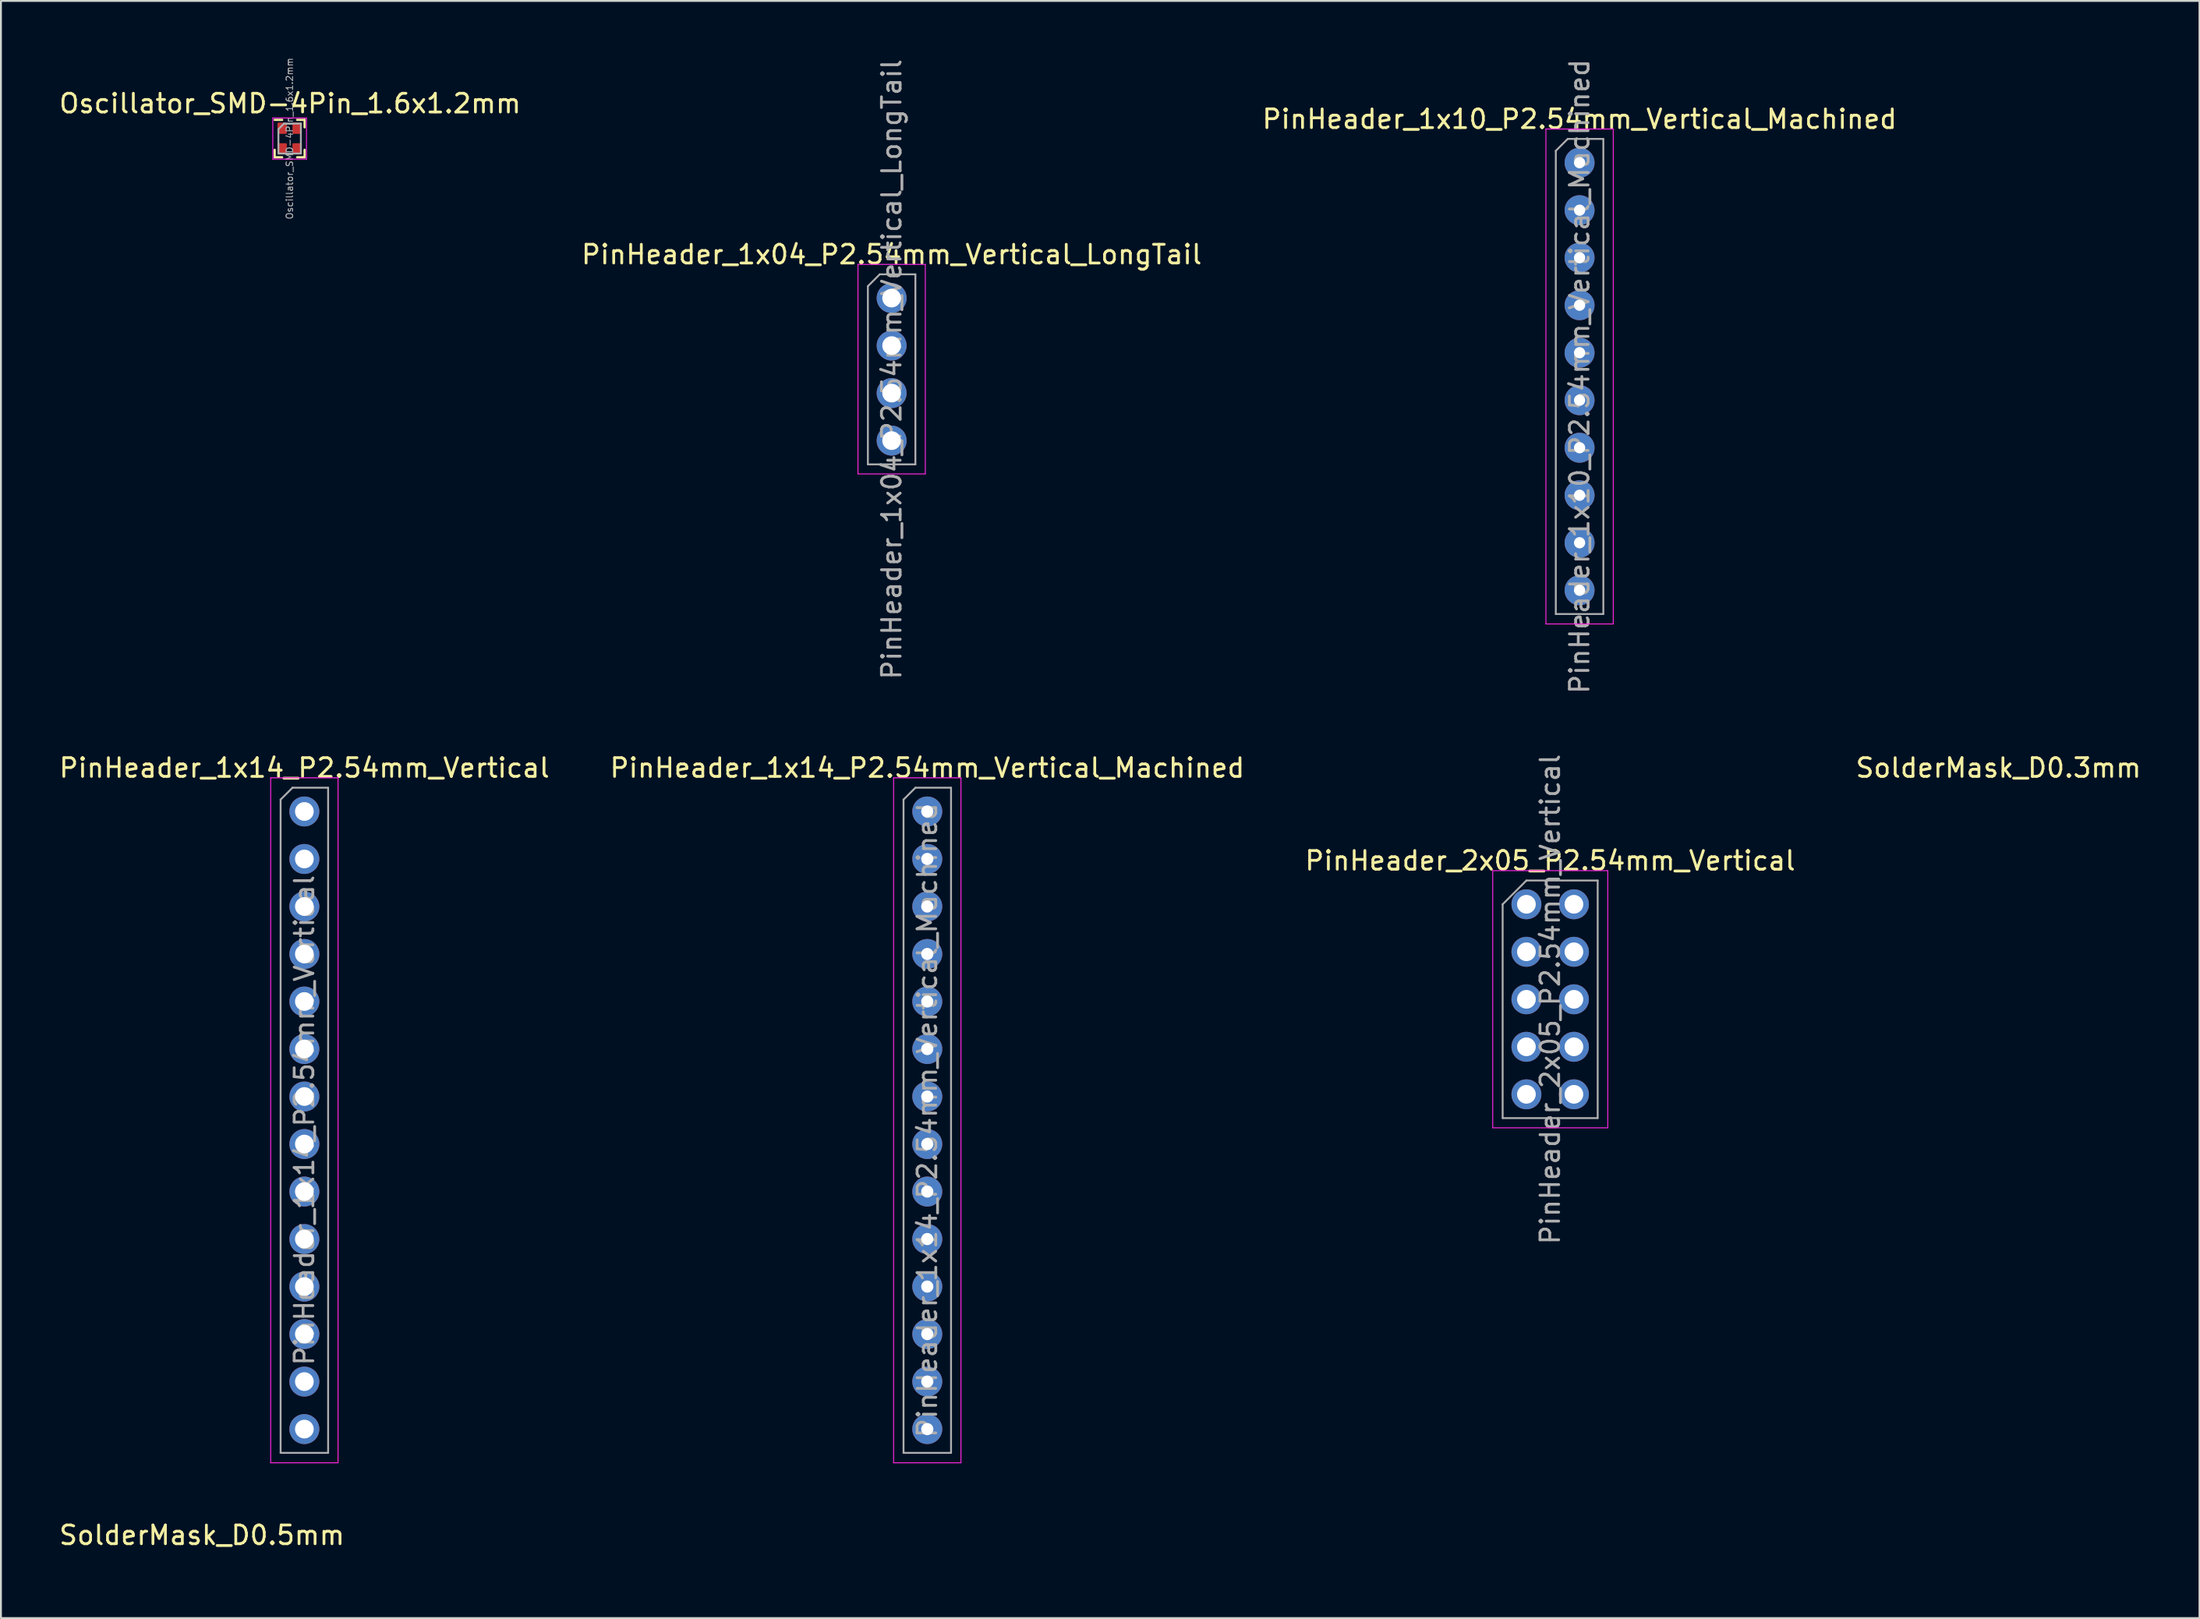
<source format=kicad_pcb>
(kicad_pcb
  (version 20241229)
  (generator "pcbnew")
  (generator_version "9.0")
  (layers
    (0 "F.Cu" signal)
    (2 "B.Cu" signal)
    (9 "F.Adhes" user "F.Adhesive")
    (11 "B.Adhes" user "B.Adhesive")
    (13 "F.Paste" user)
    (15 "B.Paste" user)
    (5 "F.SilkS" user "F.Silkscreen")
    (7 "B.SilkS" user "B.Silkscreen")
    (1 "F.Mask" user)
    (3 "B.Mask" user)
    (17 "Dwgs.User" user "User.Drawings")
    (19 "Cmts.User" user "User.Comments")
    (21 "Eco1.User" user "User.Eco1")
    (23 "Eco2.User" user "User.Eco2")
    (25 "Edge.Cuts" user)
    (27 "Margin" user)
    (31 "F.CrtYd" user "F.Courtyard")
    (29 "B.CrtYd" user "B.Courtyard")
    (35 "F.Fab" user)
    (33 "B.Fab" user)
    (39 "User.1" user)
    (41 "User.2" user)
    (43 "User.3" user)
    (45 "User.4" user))
  (footprint "SolderMask_D0.5mm"
    (layer "F.Cu")
    (at 7.754 80.206)
    (property "Reference" "SolderMask_D0.5mm" (at -0.01 -1.18 0) (layer "F.SilkS") (effects (font (size 1 1) (thickness 0.15))))
    (attr exclude_from_pos_files exclude_from_bom)
    (pad "" smd circle (at 0 0) (size 0.5 0.5) (layers "F.Mask")))
  (footprint "PinHeader_1x04_P2.54mm_Vertical_LongTail"
    (layer "F.Cu")
    (at 44.613 12.886)
    (property "Reference" "PinHeader_1x04_P2.54mm_Vertical_LongTail" (at 0 -2.33 0) (layer "F.SilkS") (effects (font (size 1 1) (thickness 0.15))))
    (attr through_hole)
    (fp_line (start -1.8 -1.8) (end -1.8 9.4) (stroke (width 0.05) (type solid)) (layer "F.CrtYd"))
    (fp_line (start -1.8 9.4) (end 1.8 9.4) (stroke (width 0.05) (type solid)) (layer "F.CrtYd"))
    (fp_line (start 1.8 -1.8) (end -1.8 -1.8) (stroke (width 0.05) (type solid)) (layer "F.CrtYd"))
    (fp_line (start 1.8 9.4) (end 1.8 -1.8) (stroke (width 0.05) (type solid)) (layer "F.CrtYd"))
    (fp_line (start -1.27 -0.635) (end -0.635 -1.27) (stroke (width 0.1) (type solid)) (layer "F.Fab"))
    (fp_line (start -1.27 8.89) (end -1.27 -0.635) (stroke (width 0.1) (type solid)) (layer "F.Fab"))
    (fp_line (start -0.635 -1.27) (end 1.27 -1.27) (stroke (width 0.1) (type solid)) (layer "F.Fab"))
    (fp_line (start 1.27 -1.27) (end 1.27 8.89) (stroke (width 0.1) (type solid)) (layer "F.Fab"))
    (fp_line (start 1.27 8.89) (end -1.27 8.89) (stroke (width 0.1) (type solid)) (layer "F.Fab"))
    (fp_text user "${REFERENCE}" (at 0 3.81 90) (layer "F.Fab") (effects (font (size 1 1) (thickness 0.15))))
    (pad "1" thru_hole circle (at 0 0) (size 1.6 1.6) (drill 1) (layers "*.Cu" "*.Mask"))
    (pad "2" thru_hole circle (at 0 2.54) (size 1.6 1.6) (drill 1) (layers "*.Cu" "*.Mask"))
    (pad "3" thru_hole circle (at 0 5.08) (size 1.6 1.6) (drill 1) (layers "*.Cu" "*.Mask"))
    (pad "4" thru_hole circle (at 0 7.62) (size 1.6 1.6) (drill 1) (layers "*.Cu" "*.Mask")))
  (footprint "PinHeader_1x14_P2.54mm_Vertical"
    (layer "F.Cu")
    (at 13.22 40.333)
    (property "Reference" "PinHeader_1x14_P2.54mm_Vertical" (at 0 -2.33 0) (layer "F.SilkS") (effects (font (size 1 1) (thickness 0.15))))
    (attr through_hole)
    (fp_line (start -1.8 -1.8) (end -1.8 34.82) (stroke (width 0.05) (type solid)) (layer "F.CrtYd"))
    (fp_line (start -1.8 34.82) (end 1.8 34.82) (stroke (width 0.05) (type solid)) (layer "F.CrtYd"))
    (fp_line (start 1.8 -1.8) (end -1.8 -1.8) (stroke (width 0.05) (type solid)) (layer "F.CrtYd"))
    (fp_line (start 1.8 34.82) (end 1.8 -1.8) (stroke (width 0.05) (type solid)) (layer "F.CrtYd"))
    (fp_line (start -1.27 -0.635) (end -0.635 -1.27) (stroke (width 0.1) (type solid)) (layer "F.Fab"))
    (fp_line (start -1.27 34.29) (end -1.27 -0.635) (stroke (width 0.1) (type solid)) (layer "F.Fab"))
    (fp_line (start -0.635 -1.27) (end 1.27 -1.27) (stroke (width 0.1) (type solid)) (layer "F.Fab"))
    (fp_line (start 1.27 -1.27) (end 1.27 34.29) (stroke (width 0.1) (type solid)) (layer "F.Fab"))
    (fp_line (start 1.27 34.29) (end -1.27 34.29) (stroke (width 0.1) (type solid)) (layer "F.Fab"))
    (fp_text user "${REFERENCE}" (at 0 16.51 90) (layer "F.Fab") (effects (font (size 1 1) (thickness 0.15))))
    (pad "1" thru_hole circle (at 0 0) (size 1.6 1.6) (drill 1) (layers "*.Cu" "*.Mask"))
    (pad "2" thru_hole circle (at 0 2.54) (size 1.6 1.6) (drill 1) (layers "*.Cu" "*.Mask"))
    (pad "3" thru_hole circle (at 0 5.08) (size 1.6 1.6) (drill 1) (layers "*.Cu" "*.Mask"))
    (pad "4" thru_hole circle (at 0 7.62) (size 1.6 1.6) (drill 1) (layers "*.Cu" "*.Mask"))
    (pad "5" thru_hole circle (at 0 10.16) (size 1.6 1.6) (drill 1) (layers "*.Cu" "*.Mask"))
    (pad "6" thru_hole circle (at 0 12.7) (size 1.6 1.6) (drill 1) (layers "*.Cu" "*.Mask"))
    (pad "7" thru_hole circle (at 0 15.24) (size 1.6 1.6) (drill 1) (layers "*.Cu" "*.Mask"))
    (pad "8" thru_hole circle (at 0 17.78) (size 1.6 1.6) (drill 1) (layers "*.Cu" "*.Mask"))
    (pad "9" thru_hole circle (at 0 20.32) (size 1.6 1.6) (drill 1) (layers "*.Cu" "*.Mask"))
    (pad "10" thru_hole circle (at 0 22.86) (size 1.6 1.6) (drill 1) (layers "*.Cu" "*.Mask"))
    (pad "11" thru_hole circle (at 0 25.4) (size 1.6 1.6) (drill 1) (layers "*.Cu" "*.Mask"))
    (pad "12" thru_hole circle (at 0 27.94) (size 1.6 1.6) (drill 1) (layers "*.Cu" "*.Mask"))
    (pad "13" thru_hole circle (at 0 30.48) (size 1.6 1.6) (drill 1) (layers "*.Cu" "*.Mask"))
    (pad "14" thru_hole circle (at 0 33.02) (size 1.6 1.6) (drill 1) (layers "*.Cu" "*.Mask")))
  (footprint "PinHeader_1x14_P2.54mm_Vertical_Machined"
    (layer "F.Cu")
    (at 46.518 40.333)
    (property "Reference" "PinHeader_1x14_P2.54mm_Vertical_Machined" (at 0 -2.33 0) (layer "F.SilkS") (effects (font (size 1 1) (thickness 0.15))))
    (attr through_hole)
    (fp_line (start -1.8 -1.8) (end -1.8 34.82) (stroke (width 0.05) (type solid)) (layer "F.CrtYd"))
    (fp_line (start -1.8 34.82) (end 1.8 34.82) (stroke (width 0.05) (type solid)) (layer "F.CrtYd"))
    (fp_line (start 1.8 -1.8) (end -1.8 -1.8) (stroke (width 0.05) (type solid)) (layer "F.CrtYd"))
    (fp_line (start 1.8 34.82) (end 1.8 -1.8) (stroke (width 0.05) (type solid)) (layer "F.CrtYd"))
    (fp_line (start -1.27 -0.635) (end -0.635 -1.27) (stroke (width 0.1) (type solid)) (layer "F.Fab"))
    (fp_line (start -1.27 34.29) (end -1.27 -0.635) (stroke (width 0.1) (type solid)) (layer "F.Fab"))
    (fp_line (start -0.635 -1.27) (end 1.27 -1.27) (stroke (width 0.1) (type solid)) (layer "F.Fab"))
    (fp_line (start 1.27 -1.27) (end 1.27 34.29) (stroke (width 0.1) (type solid)) (layer "F.Fab"))
    (fp_line (start 1.27 34.29) (end -1.27 34.29) (stroke (width 0.1) (type solid)) (layer "F.Fab"))
    (fp_text user "${REFERENCE}" (at 0 16.51 90) (layer "F.Fab") (effects (font (size 1 1) (thickness 0.15))))
    (pad "1" thru_hole circle (at 0 0) (size 1.6 1.6) (drill 0.65) (layers "*.Cu" "*.Mask"))
    (pad "2" thru_hole circle (at 0 2.54) (size 1.6 1.6) (drill 0.65) (layers "*.Cu" "*.Mask"))
    (pad "3" thru_hole circle (at 0 5.08) (size 1.6 1.6) (drill 0.65) (layers "*.Cu" "*.Mask"))
    (pad "4" thru_hole circle (at 0 7.62) (size 1.6 1.6) (drill 0.65) (layers "*.Cu" "*.Mask"))
    (pad "5" thru_hole circle (at 0 10.16) (size 1.6 1.6) (drill 0.65) (layers "*.Cu" "*.Mask"))
    (pad "6" thru_hole circle (at 0 12.7) (size 1.6 1.6) (drill 0.65) (layers "*.Cu" "*.Mask"))
    (pad "7" thru_hole circle (at 0 15.24) (size 1.6 1.6) (drill 0.65) (layers "*.Cu" "*.Mask"))
    (pad "8" thru_hole circle (at 0 17.78) (size 1.6 1.6) (drill 0.65) (layers "*.Cu" "*.Mask"))
    (pad "9" thru_hole circle (at 0 20.32) (size 1.6 1.6) (drill 0.65) (layers "*.Cu" "*.Mask"))
    (pad "10" thru_hole circle (at 0 22.86) (size 1.6 1.6) (drill 0.65) (layers "*.Cu" "*.Mask"))
    (pad "11" thru_hole circle (at 0 25.4) (size 1.6 1.6) (drill 0.65) (layers "*.Cu" "*.Mask"))
    (pad "12" thru_hole circle (at 0 27.94) (size 1.6 1.6) (drill 0.65) (layers "*.Cu" "*.Mask"))
    (pad "13" thru_hole circle (at 0 30.48) (size 1.6 1.6) (drill 0.65) (layers "*.Cu" "*.Mask"))
    (pad "14" thru_hole circle (at 0 33.02) (size 1.6 1.6) (drill 0.65) (layers "*.Cu" "*.Mask")))
  (footprint "PinHeader_2x05_P2.54mm_Vertical"
    (layer "F.Cu")
    (at 78.545 45.295)
    (property "Reference" "PinHeader_2x05_P2.54mm_Vertical" (at 1.27 -2.33 0) (layer "F.SilkS") (effects (font (size 1 1) (thickness 0.15))))
    (attr through_hole)
    (fp_line (start -1.8 -1.8) (end -1.8 11.95) (stroke (width 0.05) (type solid)) (layer "F.CrtYd"))
    (fp_line (start -1.8 11.95) (end 4.35 11.95) (stroke (width 0.05) (type solid)) (layer "F.CrtYd"))
    (fp_line (start 4.35 -1.8) (end -1.8 -1.8) (stroke (width 0.05) (type solid)) (layer "F.CrtYd"))
    (fp_line (start 4.35 11.95) (end 4.35 -1.8) (stroke (width 0.05) (type solid)) (layer "F.CrtYd"))
    (fp_line (start -1.27 0) (end 0 -1.27) (stroke (width 0.1) (type solid)) (layer "F.Fab"))
    (fp_line (start -1.27 11.43) (end -1.27 0) (stroke (width 0.1) (type solid)) (layer "F.Fab"))
    (fp_line (start 0 -1.27) (end 3.81 -1.27) (stroke (width 0.1) (type solid)) (layer "F.Fab"))
    (fp_line (start 3.81 -1.27) (end 3.81 11.43) (stroke (width 0.1) (type solid)) (layer "F.Fab"))
    (fp_line (start 3.81 11.43) (end -1.27 11.43) (stroke (width 0.1) (type solid)) (layer "F.Fab"))
    (fp_text user "${REFERENCE}" (at 1.27 5.08 90) (layer "F.Fab") (effects (font (size 1 1) (thickness 0.15))))
    (pad "1" thru_hole circle (at 0 0) (size 1.6 1.6) (drill 1) (layers "*.Cu" "*.Mask"))
    (pad "2" thru_hole circle (at 2.54 0) (size 1.6 1.6) (drill 1) (layers "*.Cu" "*.Mask"))
    (pad "3" thru_hole circle (at 0 2.54) (size 1.6 1.6) (drill 1) (layers "*.Cu" "*.Mask"))
    (pad "4" thru_hole circle (at 2.54 2.54) (size 1.6 1.6) (drill 1) (layers "*.Cu" "*.Mask"))
    (pad "5" thru_hole circle (at 0 5.08) (size 1.6 1.6) (drill 1) (layers "*.Cu" "*.Mask"))
    (pad "6" thru_hole circle (at 2.54 5.08) (size 1.6 1.6) (drill 1) (layers "*.Cu" "*.Mask"))
    (pad "7" thru_hole circle (at 0 7.62) (size 1.6 1.6) (drill 1) (layers "*.Cu" "*.Mask"))
    (pad "8" thru_hole circle (at 2.54 7.62) (size 1.6 1.6) (drill 1) (layers "*.Cu" "*.Mask"))
    (pad "9" thru_hole circle (at 0 10.16) (size 1.6 1.6) (drill 1) (layers "*.Cu" "*.Mask"))
    (pad "10" thru_hole circle (at 2.54 10.16) (size 1.6 1.6) (drill 1) (layers "*.Cu" "*.Mask")))
  (footprint "SolderMask_D0.3mm"
    (layer "F.Cu")
    (at 103.79 39.183)
    (property "Reference" "SolderMask_D0.3mm" (at -0.01 -1.18 0) (layer "F.SilkS") (effects (font (size 1 1) (thickness 0.15))))
    (attr exclude_from_pos_files exclude_from_bom)
    (pad "" smd circle (at 0 0) (size 0.3 0.3) (layers "F.Mask")))
  (footprint "Oscillator_SMD-4Pin_1.6x1.2mm"
    (layer "F.Cu")
    (at 12.433 4.357)
    (property "Reference" "Oscillator_SMD-4Pin_1.6x1.2mm" (at 0.025 -1.875 0) (layer "F.SilkS") (effects (font (size 1 1) (thickness 0.15))))
    (attr smd)
    (fp_line (start -0.8 0.6) (end -0.8 1) (stroke (width 0.12) (type solid)) (layer "F.SilkS"))
    (fp_line (start -0.4 -1) (end -0.8 -1) (stroke (width 0.12) (type solid)) (layer "F.SilkS"))
    (fp_line (start -0.4 1) (end -0.8 1) (stroke (width 0.12) (type solid)) (layer "F.SilkS"))
    (fp_line (start 0.8 -1) (end 0.4 -1) (stroke (width 0.12) (type solid)) (layer "F.SilkS"))
    (fp_line (start 0.8 -1) (end 0.8 -0.6) (stroke (width 0.12) (type solid)) (layer "F.SilkS"))
    (fp_line (start 0.8 0.6) (end 0.8 1) (stroke (width 0.12) (type solid)) (layer "F.SilkS"))
    (fp_line (start 0.8 1) (end 0.4 1) (stroke (width 0.12) (type solid)) (layer "F.SilkS"))
    (fp_line (start -0.9 -1.1) (end -0.9 1.1) (stroke (width 0.05) (type solid)) (layer "F.CrtYd"))
    (fp_line (start -0.9 1.1) (end 0.9 1.1) (stroke (width 0.05) (type solid)) (layer "F.CrtYd"))
    (fp_line (start 0.9 -1.1) (end -0.9 -1.1) (stroke (width 0.05) (type solid)) (layer "F.CrtYd"))
    (fp_line (start 0.9 1.1) (end 0.9 -1.1) (stroke (width 0.05) (type solid)) (layer "F.CrtYd"))
    (fp_line (start -0.6 0.8) (end -0.6 -0.5) (stroke (width 0.1) (type solid)) (layer "F.Fab"))
    (fp_line (start -0.3 -0.8) (end -0.6 -0.5) (stroke (width 0.1) (type solid)) (layer "F.Fab"))
    (fp_line (start -0.3 -0.8) (end 0.6 -0.8) (stroke (width 0.1) (type solid)) (layer "F.Fab"))
    (fp_line (start 0.6 -0.8) (end 0.6 0.8) (stroke (width 0.1) (type solid)) (layer "F.Fab"))
    (fp_line (start 0.6 0.8) (end -0.6 0.8) (stroke (width 0.1) (type solid)) (layer "F.Fab"))
    (fp_text user "${REFERENCE}" (at 0 0 270) (layer "F.Fab") (effects (font (size 0.35 0.35) (thickness 0.05))))
    (pad "1" smd roundrect (at -0.4 -0.55) (size 0.5 0.6) (layers "F.Cu" "F.Mask" "F.Paste") (roundrect_rratio 0.1))
    (pad "2" smd roundrect (at -0.4 0.55) (size 0.5 0.6) (layers "F.Cu" "F.Mask" "F.Paste") (roundrect_rratio 0.1))
    (pad "3" smd roundrect (at 0.4 0.55) (size 0.5 0.6) (layers "F.Cu" "F.Mask" "F.Paste") (roundrect_rratio 0.1))
    (pad "4" smd roundrect (at 0.4 -0.55) (size 0.5 0.6) (layers "F.Cu" "F.Mask" "F.Paste") (roundrect_rratio 0.1)))
  (footprint "PinHeader_1x10_P2.54mm_Vertical_Machined"
    (layer "F.Cu")
    (at 81.387 5.647)
    (property "Reference" "PinHeader_1x10_P2.54mm_Vertical_Machined" (at 0 -2.33 0) (layer "F.SilkS") (effects (font (size 1 1) (thickness 0.15))))
    (attr through_hole)
    (fp_line (start -1.8 -1.8) (end -1.8 24.66) (stroke (width 0.05) (type solid)) (layer "F.CrtYd"))
    (fp_line (start -1.8 24.66) (end 1.8 24.66) (stroke (width 0.05) (type solid)) (layer "F.CrtYd"))
    (fp_line (start 1.8 -1.8) (end -1.8 -1.8) (stroke (width 0.05) (type solid)) (layer "F.CrtYd"))
    (fp_line (start 1.8 24.66) (end 1.8 -1.8) (stroke (width 0.05) (type solid)) (layer "F.CrtYd"))
    (fp_line (start -1.27 -0.635) (end -0.635 -1.27) (stroke (width 0.1) (type solid)) (layer "F.Fab"))
    (fp_line (start -1.27 24.13) (end -1.27 -0.635) (stroke (width 0.1) (type solid)) (layer "F.Fab"))
    (fp_line (start -0.635 -1.27) (end 1.27 -1.27) (stroke (width 0.1) (type solid)) (layer "F.Fab"))
    (fp_line (start 1.27 -1.27) (end 1.27 24.13) (stroke (width 0.1) (type solid)) (layer "F.Fab"))
    (fp_line (start 1.27 24.13) (end -1.27 24.13) (stroke (width 0.1) (type solid)) (layer "F.Fab"))
    (fp_text user "${REFERENCE}" (at 0 11.43 90) (layer "F.Fab") (effects (font (size 1 1) (thickness 0.15))))
    (pad "1" thru_hole circle (at 0 0) (size 1.6 1.6) (drill 0.6) (layers "*.Cu" "*.Mask"))
    (pad "2" thru_hole circle (at 0 2.54) (size 1.6 1.6) (drill 0.6) (layers "*.Cu" "*.Mask"))
    (pad "3" thru_hole circle (at 0 5.08) (size 1.6 1.6) (drill 0.6) (layers "*.Cu" "*.Mask"))
    (pad "4" thru_hole circle (at 0 7.62) (size 1.6 1.6) (drill 0.6) (layers "*.Cu" "*.Mask"))
    (pad "5" thru_hole circle (at 0 10.16) (size 1.6 1.6) (drill 0.6) (layers "*.Cu" "*.Mask"))
    (pad "6" thru_hole circle (at 0 12.7) (size 1.6 1.6) (drill 0.6) (layers "*.Cu" "*.Mask"))
    (pad "7" thru_hole circle (at 0 15.24) (size 1.6 1.6) (drill 0.6) (layers "*.Cu" "*.Mask"))
    (pad "8" thru_hole circle (at 0 17.78) (size 1.6 1.6) (drill 0.6) (layers "*.Cu" "*.Mask"))
    (pad "9" thru_hole circle (at 0 20.32) (size 1.6 1.6) (drill 0.6) (layers "*.Cu" "*.Mask"))
    (pad "10" thru_hole circle (at 0 22.86) (size 1.6 1.6) (drill 0.6) (layers "*.Cu" "*.Mask")))
  (gr_rect
    (start -3 -3)
    (end 114.524 83.456)
    (stroke (width 0.1) (type default))
    (fill no)
    (layer "Edge.Cuts")))
</source>
